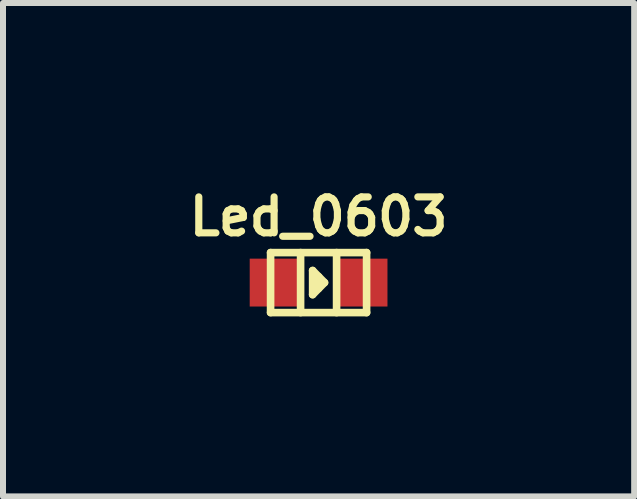
<source format=kicad_pcb>
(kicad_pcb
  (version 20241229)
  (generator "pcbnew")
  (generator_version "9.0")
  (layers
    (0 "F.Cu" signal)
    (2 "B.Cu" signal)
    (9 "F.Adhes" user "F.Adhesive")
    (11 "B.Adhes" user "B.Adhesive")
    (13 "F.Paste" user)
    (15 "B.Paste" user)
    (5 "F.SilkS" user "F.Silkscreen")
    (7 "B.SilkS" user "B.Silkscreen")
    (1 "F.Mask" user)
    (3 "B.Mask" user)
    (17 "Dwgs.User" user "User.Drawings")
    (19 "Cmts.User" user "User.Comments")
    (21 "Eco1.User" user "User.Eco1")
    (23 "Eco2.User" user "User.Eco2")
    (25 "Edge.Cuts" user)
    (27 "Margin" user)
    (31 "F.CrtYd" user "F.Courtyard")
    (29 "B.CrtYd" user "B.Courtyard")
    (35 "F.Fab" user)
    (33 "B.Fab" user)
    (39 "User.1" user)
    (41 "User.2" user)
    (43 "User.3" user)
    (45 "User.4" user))
  (footprint "Led_0603"
    (layer "F.Cu")
    (at 2.26 1.66)
    (property "Reference" "Led_0603" (at 0 -1.1 0) (layer "F.SilkS") (effects (font (size 0.599 0.599) (thickness 0.119))))
    (attr through_hole)
    (fp_line (start -0.8 -0.5) (end 0.8 -0.5) (stroke (width 0.127) (type solid)) (layer "F.SilkS"))
    (fp_line (start -0.8 0.5) (end -0.8 -0.5) (stroke (width 0.127) (type solid)) (layer "F.SilkS"))
    (fp_line (start -0.3 -0.5) (end -0.3 0.5) (stroke (width 0.127) (type solid)) (layer "F.SilkS"))
    (fp_line (start -0.099 -0.201) (end -0.099 0.201) (stroke (width 0.127) (type solid)) (layer "F.SilkS"))
    (fp_line (start -0.099 0.201) (end 0.099 0) (stroke (width 0.127) (type solid)) (layer "F.SilkS"))
    (fp_line (start 0 0.099) (end 0 -0.099) (stroke (width 0.127) (type solid)) (layer "F.SilkS"))
    (fp_line (start 0.099 0) (end -0.099 -0.201) (stroke (width 0.127) (type solid)) (layer "F.SilkS"))
    (fp_line (start 0.3 0.5) (end 0.3 -0.5) (stroke (width 0.127) (type solid)) (layer "F.SilkS"))
    (fp_line (start 0.8 -0.5) (end 0.8 0.5) (stroke (width 0.127) (type solid)) (layer "F.SilkS"))
    (fp_line (start 0.8 0.5) (end -0.8 0.5) (stroke (width 0.127) (type solid)) (layer "F.SilkS"))
    (pad "1" smd rect (at -0.749 0) (size 0.798 0.798) (layers "F.Cu" "F.Mask" "F.Paste"))
    (pad "2" smd rect (at 0.749 0) (size 0.798 0.798) (layers "F.Cu" "F.Mask" "F.Paste")))
  (gr_rect
    (start -3 -3)
    (end 7.52 5.224)
    (stroke (width 0.1) (type default))
    (fill no)
    (layer "Edge.Cuts")))
</source>
